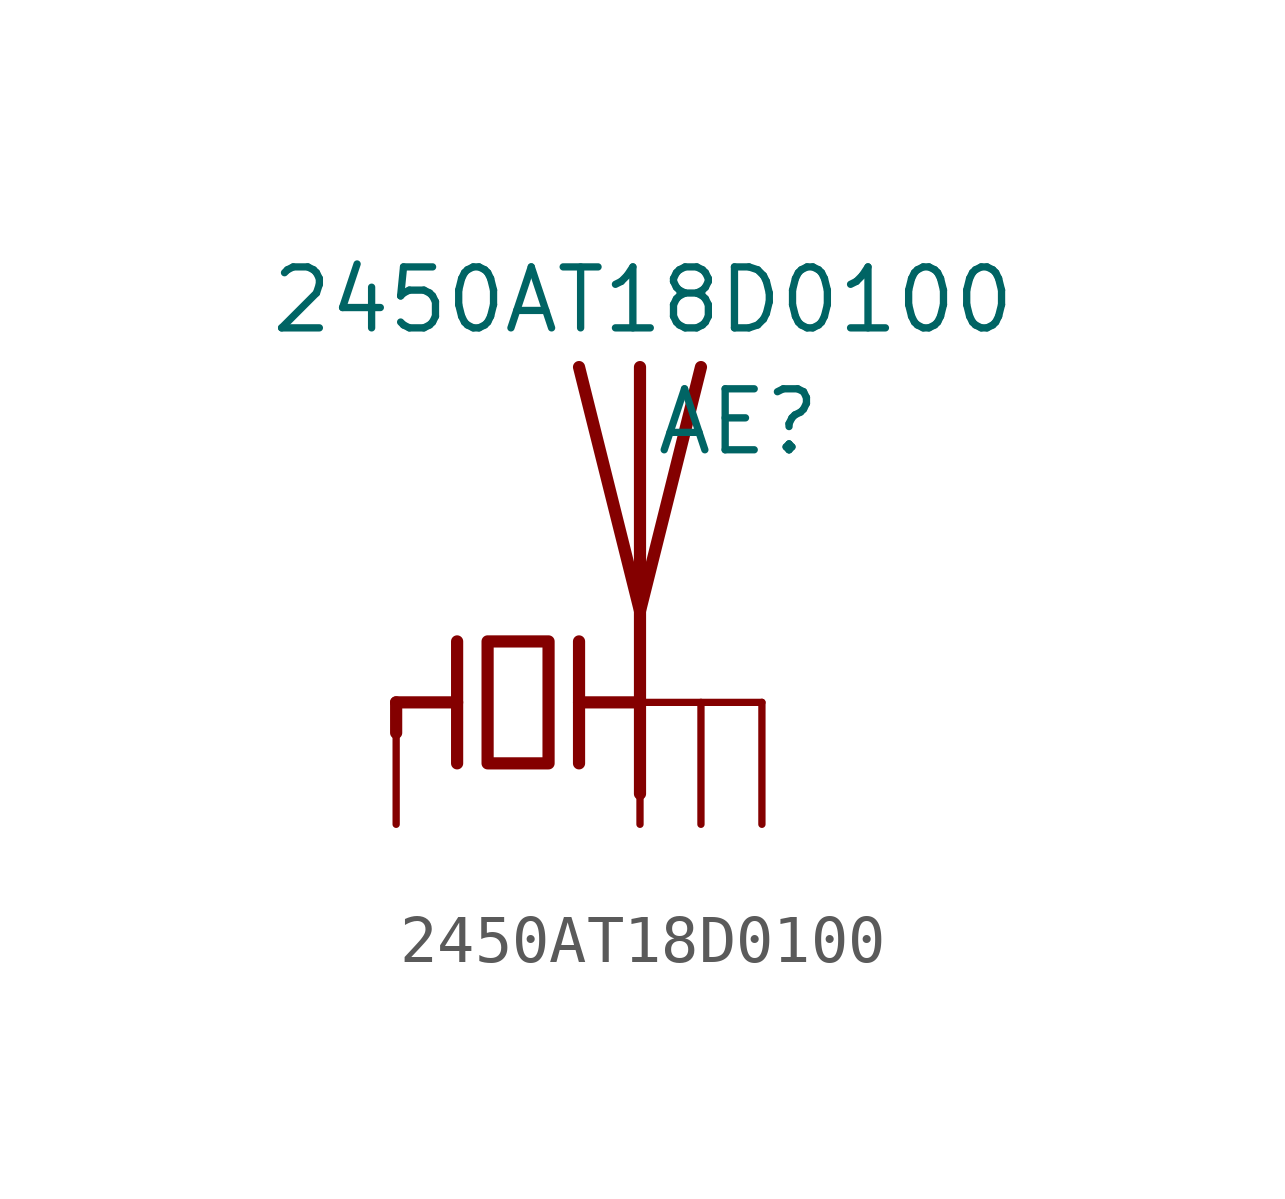
<source format=kicad_sym>
(kicad_symbol_lib
  (version 20231120)
  (generator "kicad_symbol_editor")
  (generator_version "8.0")
  (symbol "2450AT18D0100"
    (pin_numbers hide)
    (pin_names
      (offset 1.016) hide)
    (property "Reference" "AE"
      (at 6.35 5.842 0)
      (effects (font (size 1.27 1.27)) (justify right)))
    (property "Value" "2450AT18D0100"
      (at 10.414 8.382 0)
      (effects (font (size 1.27 1.27)) (justify right)))
    (symbol "2450AT18D0100_0_1"
      (polyline (pts (xy -2.54 0) (xy -2.54 -0.635)) (stroke (width 0.254) (type default)) (fill (type none)))
      (polyline (pts (xy -2.54 0) (xy -1.27 0)) (stroke (width 0.254) (type default)) (fill (type none)))
      (polyline (pts (xy 1.27 0) (xy 2.54 0)) (stroke (width 0.254) (type default)) (fill (type none)))
      (polyline (pts (xy 1.27 1.27) (xy 1.27 -1.27)) (stroke (width 0.254) (type default)) (fill (type none)))
      (polyline (pts (xy 2.54 -0.635) (xy 2.54 0)) (stroke (width 0) (type default)) (fill (type none)))
      (polyline (pts (xy 2.54 0) (xy 5.08 0)) (stroke (width 0) (type default)) (fill (type none)))
      (polyline (pts (xy 2.54 6.985) (xy 2.54 -1.905)) (stroke (width 0.254) (type default)) (fill (type none)))
      (polyline (pts (xy -1.27 1.27) (xy -1.27 -1.27) (xy -1.27 0)) (stroke (width 0.254) (type default)) (fill (type none)))
      (polyline (pts (xy 3.81 6.985) (xy 2.54 1.905) (xy 1.27 6.985)) (stroke (width 0.254) (type default)) (fill (type none)))
      (polyline (pts (xy -0.635 1.27) (xy 0.635 1.27) (xy 0.635 -1.27) (xy -0.635 -1.27) (xy -0.635 1.27)) (stroke (width 0.254) (type default)) (fill (type none))))
    (symbol "2450AT18D0100_1_1"
      (pin input line (at -2.54 -2.54 90) (length 2.54) (name "FEED" (effects (font (size 1.27 1.27)))) (number "1" (effects (font (size 1.27 1.27)))))
      (pin passive line (at 2.54 -2.54 90) (length 2.54) (name "2" (effects (font (size 1.27 1.27)))) (number "2" (effects (font (size 1.27 1.27)))))
      (pin passive line (at 3.81 -2.54 90) (length 2.54) (name "3" (effects (font (size 1.27 1.27)))) (number "3" (effects (font (size 1.27 1.27)))))
      (pin passive line (at 5.08 -2.54 90) (length 2.54) (name "4" (effects (font (size 1.27 1.27)))) (number "4" (effects (font (size 1.27 1.27))))))))
</source>
